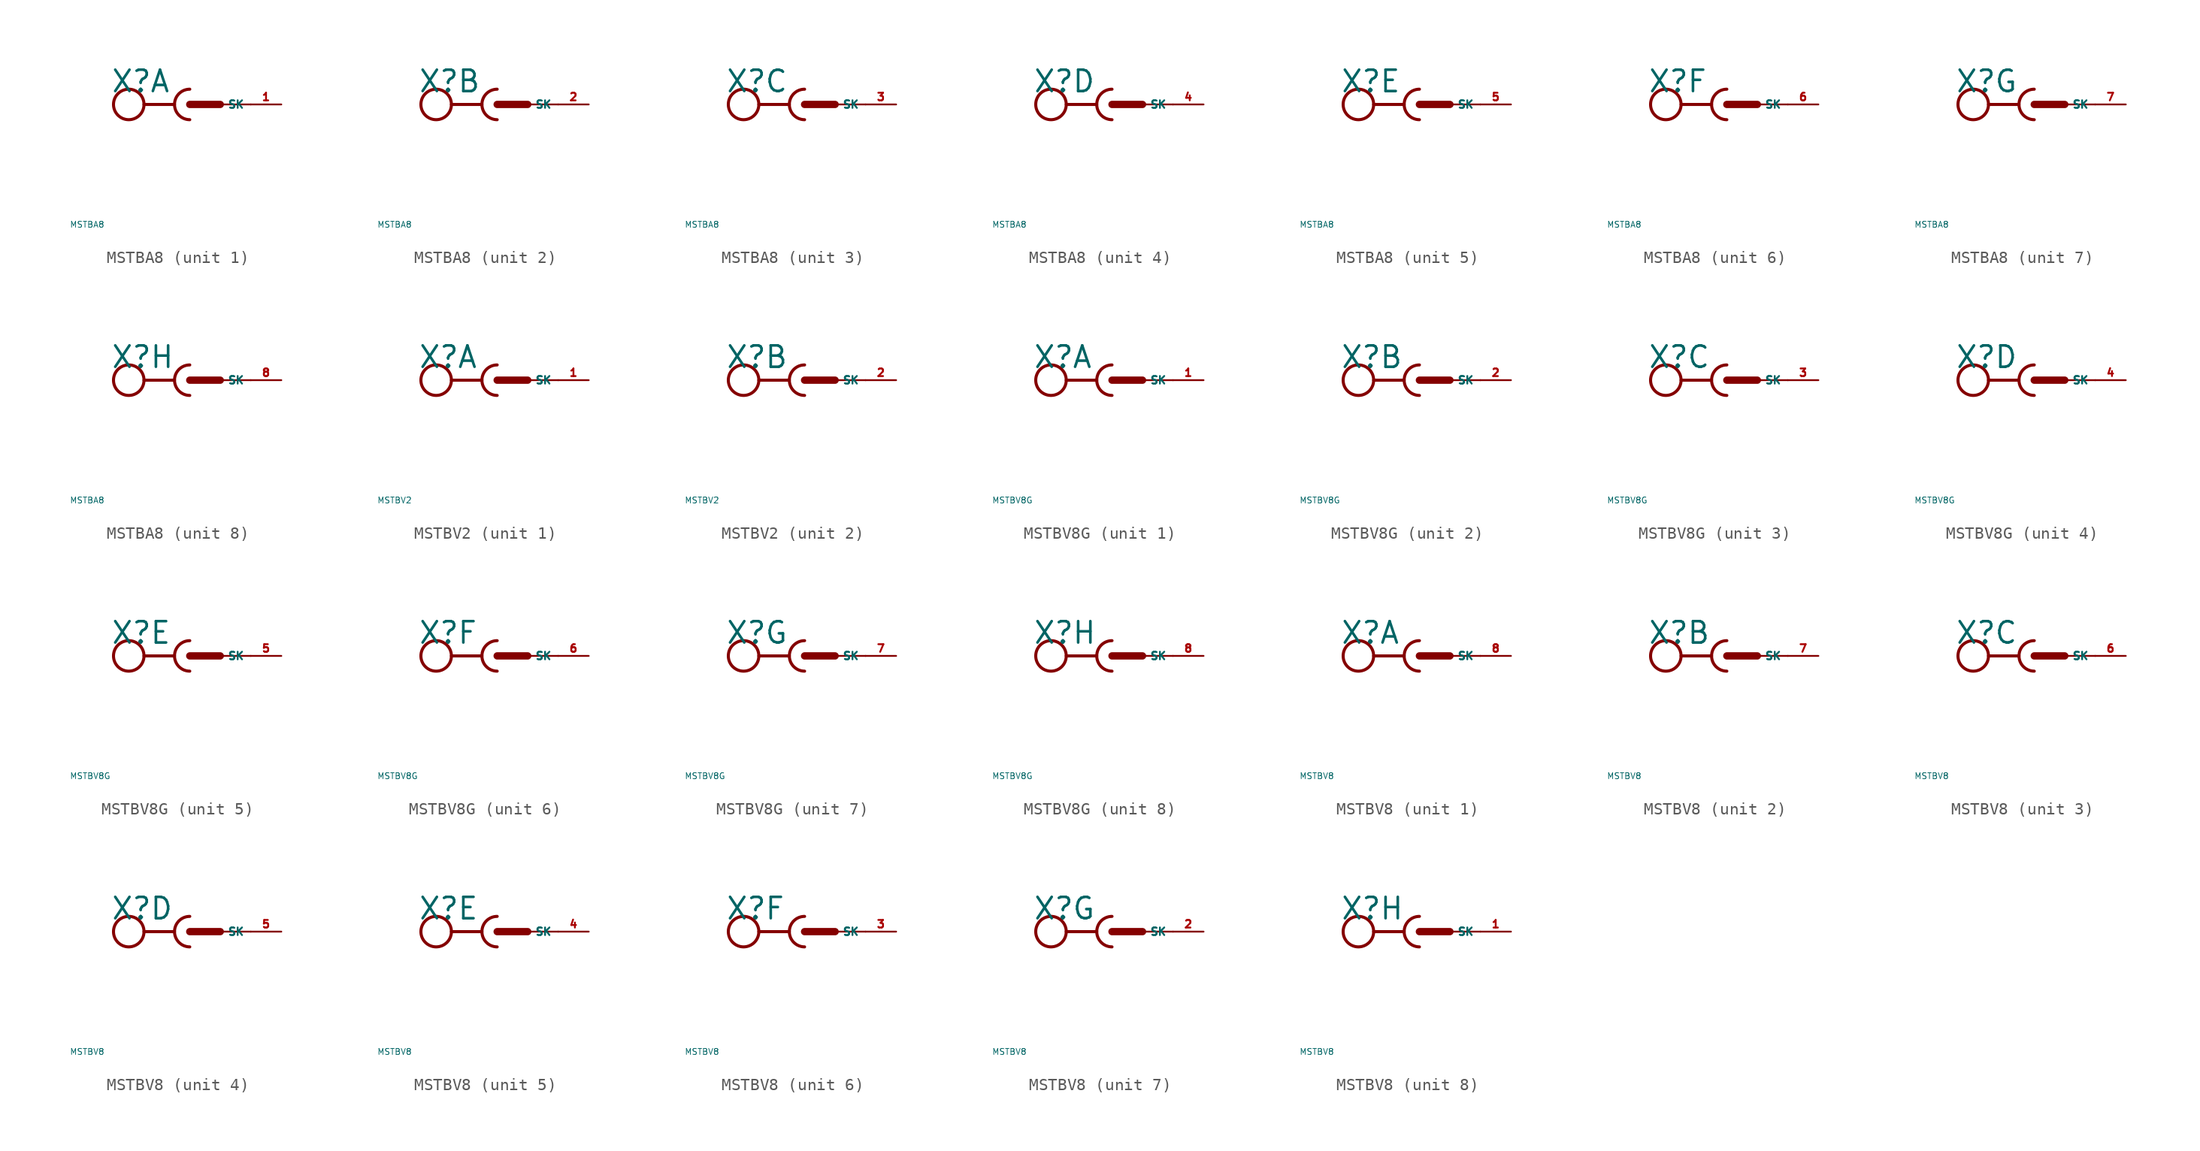
<source format=kicad_sym>
(kicad_symbol_lib
  (version 20220914)
  (generator Eagle2Kicad)
  (symbol "MSTBA8"
    (property "Reference" "X"
      (at -6.604 0.889 0)
      (effects (font (size 1.778 1.778) (thickness 0.22)) (justify left bottom)))
    (property "Value" "MSTBA8"
      (at -10 -10 0)
      (effects (font (size 0.5 0.5) (thickness 0.06)) (justify left)))
    (symbol "MSTBA8_1_0"
      (polyline (pts (xy -3.81 0) (xy -1.27 0)) (stroke (width 0.254) (type default)) (fill (type none)))
      (arc (start 0 1.27) (mid -1.270 0.000) (end 0 -1.27) (stroke (width 0.254) (type default)) (fill (type none)))
      (polyline (pts (xy 0 0) (xy 2.54 0)) (stroke (width 0.61) (type default)) (fill (type none)))
      (polyline (pts (xy 2.54 0) (xy 5.08 0)) (stroke (width 0.152) (type default)) (fill (type none)))
      (circle (center -5.08 0) (radius 1.27) (stroke (width 0.254) (type default)) (fill (type none)))
      (pin passive line (at 7.62 0 180) (length 2.54) (name "SK" (effects (font (size 0.635 0.635) (thickness 0.08)) (justify left bottom))) (number "1" (effects (font (size 0.635 0.635) (thickness 0.08)) (justify left bottom)))))
    (symbol "MSTBA8_2_0"
      (polyline (pts (xy -3.81 0) (xy -1.27 0)) (stroke (width 0.254) (type default)) (fill (type none)))
      (arc (start 0 1.27) (mid -1.270 0.000) (end 0 -1.27) (stroke (width 0.254) (type default)) (fill (type none)))
      (polyline (pts (xy 0 0) (xy 2.54 0)) (stroke (width 0.61) (type default)) (fill (type none)))
      (polyline (pts (xy 2.54 0) (xy 5.08 0)) (stroke (width 0.152) (type default)) (fill (type none)))
      (circle (center -5.08 0) (radius 1.27) (stroke (width 0.254) (type default)) (fill (type none)))
      (pin passive line (at 7.62 0 180) (length 2.54) (name "SK" (effects (font (size 0.635 0.635) (thickness 0.08)) (justify left bottom))) (number "2" (effects (font (size 0.635 0.635) (thickness 0.08)) (justify left bottom)))))
    (symbol "MSTBA8_3_0"
      (polyline (pts (xy -3.81 0) (xy -1.27 0)) (stroke (width 0.254) (type default)) (fill (type none)))
      (arc (start 0 1.27) (mid -1.270 0.000) (end 0 -1.27) (stroke (width 0.254) (type default)) (fill (type none)))
      (polyline (pts (xy 0 0) (xy 2.54 0)) (stroke (width 0.61) (type default)) (fill (type none)))
      (polyline (pts (xy 2.54 0) (xy 5.08 0)) (stroke (width 0.152) (type default)) (fill (type none)))
      (circle (center -5.08 0) (radius 1.27) (stroke (width 0.254) (type default)) (fill (type none)))
      (pin passive line (at 7.62 0 180) (length 2.54) (name "SK" (effects (font (size 0.635 0.635) (thickness 0.08)) (justify left bottom))) (number "3" (effects (font (size 0.635 0.635) (thickness 0.08)) (justify left bottom)))))
    (symbol "MSTBA8_4_0"
      (polyline (pts (xy -3.81 0) (xy -1.27 0)) (stroke (width 0.254) (type default)) (fill (type none)))
      (arc (start 0 1.27) (mid -1.270 0.000) (end 0 -1.27) (stroke (width 0.254) (type default)) (fill (type none)))
      (polyline (pts (xy 0 0) (xy 2.54 0)) (stroke (width 0.61) (type default)) (fill (type none)))
      (polyline (pts (xy 2.54 0) (xy 5.08 0)) (stroke (width 0.152) (type default)) (fill (type none)))
      (circle (center -5.08 0) (radius 1.27) (stroke (width 0.254) (type default)) (fill (type none)))
      (pin passive line (at 7.62 0 180) (length 2.54) (name "SK" (effects (font (size 0.635 0.635) (thickness 0.08)) (justify left bottom))) (number "4" (effects (font (size 0.635 0.635) (thickness 0.08)) (justify left bottom)))))
    (symbol "MSTBA8_5_0"
      (polyline (pts (xy -3.81 0) (xy -1.27 0)) (stroke (width 0.254) (type default)) (fill (type none)))
      (arc (start 0 1.27) (mid -1.270 0.000) (end 0 -1.27) (stroke (width 0.254) (type default)) (fill (type none)))
      (polyline (pts (xy 0 0) (xy 2.54 0)) (stroke (width 0.61) (type default)) (fill (type none)))
      (polyline (pts (xy 2.54 0) (xy 5.08 0)) (stroke (width 0.152) (type default)) (fill (type none)))
      (circle (center -5.08 0) (radius 1.27) (stroke (width 0.254) (type default)) (fill (type none)))
      (pin passive line (at 7.62 0 180) (length 2.54) (name "SK" (effects (font (size 0.635 0.635) (thickness 0.08)) (justify left bottom))) (number "5" (effects (font (size 0.635 0.635) (thickness 0.08)) (justify left bottom)))))
    (symbol "MSTBA8_6_0"
      (polyline (pts (xy -3.81 0) (xy -1.27 0)) (stroke (width 0.254) (type default)) (fill (type none)))
      (arc (start 0 1.27) (mid -1.270 0.000) (end 0 -1.27) (stroke (width 0.254) (type default)) (fill (type none)))
      (polyline (pts (xy 0 0) (xy 2.54 0)) (stroke (width 0.61) (type default)) (fill (type none)))
      (polyline (pts (xy 2.54 0) (xy 5.08 0)) (stroke (width 0.152) (type default)) (fill (type none)))
      (circle (center -5.08 0) (radius 1.27) (stroke (width 0.254) (type default)) (fill (type none)))
      (pin passive line (at 7.62 0 180) (length 2.54) (name "SK" (effects (font (size 0.635 0.635) (thickness 0.08)) (justify left bottom))) (number "6" (effects (font (size 0.635 0.635) (thickness 0.08)) (justify left bottom)))))
    (symbol "MSTBA8_7_0"
      (polyline (pts (xy -3.81 0) (xy -1.27 0)) (stroke (width 0.254) (type default)) (fill (type none)))
      (arc (start 0 1.27) (mid -1.270 0.000) (end 0 -1.27) (stroke (width 0.254) (type default)) (fill (type none)))
      (polyline (pts (xy 0 0) (xy 2.54 0)) (stroke (width 0.61) (type default)) (fill (type none)))
      (polyline (pts (xy 2.54 0) (xy 5.08 0)) (stroke (width 0.152) (type default)) (fill (type none)))
      (circle (center -5.08 0) (radius 1.27) (stroke (width 0.254) (type default)) (fill (type none)))
      (pin passive line (at 7.62 0 180) (length 2.54) (name "SK" (effects (font (size 0.635 0.635) (thickness 0.08)) (justify left bottom))) (number "7" (effects (font (size 0.635 0.635) (thickness 0.08)) (justify left bottom)))))
    (symbol "MSTBA8_8_0"
      (polyline (pts (xy -3.81 0) (xy -1.27 0)) (stroke (width 0.254) (type default)) (fill (type none)))
      (arc (start 0 1.27) (mid -1.270 0.000) (end 0 -1.27) (stroke (width 0.254) (type default)) (fill (type none)))
      (polyline (pts (xy 0 0) (xy 2.54 0)) (stroke (width 0.61) (type default)) (fill (type none)))
      (polyline (pts (xy 2.54 0) (xy 5.08 0)) (stroke (width 0.152) (type default)) (fill (type none)))
      (circle (center -5.08 0) (radius 1.27) (stroke (width 0.254) (type default)) (fill (type none)))
      (pin passive line (at 7.62 0 180) (length 2.54) (name "SK" (effects (font (size 0.635 0.635) (thickness 0.08)) (justify left bottom))) (number "8" (effects (font (size 0.635 0.635) (thickness 0.08)) (justify left bottom))))))
  (symbol "MSTBV2"
    (property "Reference" "X"
      (at -6.604 0.889 0)
      (effects (font (size 1.778 1.778) (thickness 0.22)) (justify left bottom)))
    (property "Value" "MSTBV2"
      (at -10 -10 0)
      (effects (font (size 0.5 0.5) (thickness 0.06)) (justify left)))
    (symbol "MSTBV2_1_0"
      (polyline (pts (xy -3.81 0) (xy -1.27 0)) (stroke (width 0.254) (type default)) (fill (type none)))
      (arc (start 0 1.27) (mid -1.270 0.000) (end 0 -1.27) (stroke (width 0.254) (type default)) (fill (type none)))
      (polyline (pts (xy 0 0) (xy 2.54 0)) (stroke (width 0.61) (type default)) (fill (type none)))
      (polyline (pts (xy 2.54 0) (xy 5.08 0)) (stroke (width 0.152) (type default)) (fill (type none)))
      (circle (center -5.08 0) (radius 1.27) (stroke (width 0.254) (type default)) (fill (type none)))
      (pin passive line (at 7.62 0 180) (length 2.54) (name "SK" (effects (font (size 0.635 0.635) (thickness 0.08)) (justify left bottom))) (number "1" (effects (font (size 0.635 0.635) (thickness 0.08)) (justify left bottom)))))
    (symbol "MSTBV2_2_0"
      (polyline (pts (xy -3.81 0) (xy -1.27 0)) (stroke (width 0.254) (type default)) (fill (type none)))
      (arc (start 0 1.27) (mid -1.270 0.000) (end 0 -1.27) (stroke (width 0.254) (type default)) (fill (type none)))
      (polyline (pts (xy 0 0) (xy 2.54 0)) (stroke (width 0.61) (type default)) (fill (type none)))
      (polyline (pts (xy 2.54 0) (xy 5.08 0)) (stroke (width 0.152) (type default)) (fill (type none)))
      (circle (center -5.08 0) (radius 1.27) (stroke (width 0.254) (type default)) (fill (type none)))
      (pin passive line (at 7.62 0 180) (length 2.54) (name "SK" (effects (font (size 0.635 0.635) (thickness 0.08)) (justify left bottom))) (number "2" (effects (font (size 0.635 0.635) (thickness 0.08)) (justify left bottom))))))
  (symbol "MSTBV8G"
    (property "Reference" "X"
      (at -6.604 0.889 0)
      (effects (font (size 1.778 1.778) (thickness 0.22)) (justify left bottom)))
    (property "Value" "MSTBV8G"
      (at -10 -10 0)
      (effects (font (size 0.5 0.5) (thickness 0.06)) (justify left)))
    (symbol "MSTBV8G_1_0"
      (polyline (pts (xy -3.81 0) (xy -1.27 0)) (stroke (width 0.254) (type default)) (fill (type none)))
      (arc (start 0 1.27) (mid -1.270 0.000) (end 0 -1.27) (stroke (width 0.254) (type default)) (fill (type none)))
      (polyline (pts (xy 0 0) (xy 2.54 0)) (stroke (width 0.61) (type default)) (fill (type none)))
      (polyline (pts (xy 2.54 0) (xy 5.08 0)) (stroke (width 0.152) (type default)) (fill (type none)))
      (circle (center -5.08 0) (radius 1.27) (stroke (width 0.254) (type default)) (fill (type none)))
      (pin passive line (at 7.62 0 180) (length 2.54) (name "SK" (effects (font (size 0.635 0.635) (thickness 0.08)) (justify left bottom))) (number "1" (effects (font (size 0.635 0.635) (thickness 0.08)) (justify left bottom)))))
    (symbol "MSTBV8G_2_0"
      (polyline (pts (xy -3.81 0) (xy -1.27 0)) (stroke (width 0.254) (type default)) (fill (type none)))
      (arc (start 0 1.27) (mid -1.270 0.000) (end 0 -1.27) (stroke (width 0.254) (type default)) (fill (type none)))
      (polyline (pts (xy 0 0) (xy 2.54 0)) (stroke (width 0.61) (type default)) (fill (type none)))
      (polyline (pts (xy 2.54 0) (xy 5.08 0)) (stroke (width 0.152) (type default)) (fill (type none)))
      (circle (center -5.08 0) (radius 1.27) (stroke (width 0.254) (type default)) (fill (type none)))
      (pin passive line (at 7.62 0 180) (length 2.54) (name "SK" (effects (font (size 0.635 0.635) (thickness 0.08)) (justify left bottom))) (number "2" (effects (font (size 0.635 0.635) (thickness 0.08)) (justify left bottom)))))
    (symbol "MSTBV8G_3_0"
      (polyline (pts (xy -3.81 0) (xy -1.27 0)) (stroke (width 0.254) (type default)) (fill (type none)))
      (arc (start 0 1.27) (mid -1.270 0.000) (end 0 -1.27) (stroke (width 0.254) (type default)) (fill (type none)))
      (polyline (pts (xy 0 0) (xy 2.54 0)) (stroke (width 0.61) (type default)) (fill (type none)))
      (polyline (pts (xy 2.54 0) (xy 5.08 0)) (stroke (width 0.152) (type default)) (fill (type none)))
      (circle (center -5.08 0) (radius 1.27) (stroke (width 0.254) (type default)) (fill (type none)))
      (pin passive line (at 7.62 0 180) (length 2.54) (name "SK" (effects (font (size 0.635 0.635) (thickness 0.08)) (justify left bottom))) (number "3" (effects (font (size 0.635 0.635) (thickness 0.08)) (justify left bottom)))))
    (symbol "MSTBV8G_4_0"
      (polyline (pts (xy -3.81 0) (xy -1.27 0)) (stroke (width 0.254) (type default)) (fill (type none)))
      (arc (start 0 1.27) (mid -1.270 0.000) (end 0 -1.27) (stroke (width 0.254) (type default)) (fill (type none)))
      (polyline (pts (xy 0 0) (xy 2.54 0)) (stroke (width 0.61) (type default)) (fill (type none)))
      (polyline (pts (xy 2.54 0) (xy 5.08 0)) (stroke (width 0.152) (type default)) (fill (type none)))
      (circle (center -5.08 0) (radius 1.27) (stroke (width 0.254) (type default)) (fill (type none)))
      (pin passive line (at 7.62 0 180) (length 2.54) (name "SK" (effects (font (size 0.635 0.635) (thickness 0.08)) (justify left bottom))) (number "4" (effects (font (size 0.635 0.635) (thickness 0.08)) (justify left bottom)))))
    (symbol "MSTBV8G_5_0"
      (polyline (pts (xy -3.81 0) (xy -1.27 0)) (stroke (width 0.254) (type default)) (fill (type none)))
      (arc (start 0 1.27) (mid -1.270 0.000) (end 0 -1.27) (stroke (width 0.254) (type default)) (fill (type none)))
      (polyline (pts (xy 0 0) (xy 2.54 0)) (stroke (width 0.61) (type default)) (fill (type none)))
      (polyline (pts (xy 2.54 0) (xy 5.08 0)) (stroke (width 0.152) (type default)) (fill (type none)))
      (circle (center -5.08 0) (radius 1.27) (stroke (width 0.254) (type default)) (fill (type none)))
      (pin passive line (at 7.62 0 180) (length 2.54) (name "SK" (effects (font (size 0.635 0.635) (thickness 0.08)) (justify left bottom))) (number "5" (effects (font (size 0.635 0.635) (thickness 0.08)) (justify left bottom)))))
    (symbol "MSTBV8G_6_0"
      (polyline (pts (xy -3.81 0) (xy -1.27 0)) (stroke (width 0.254) (type default)) (fill (type none)))
      (arc (start 0 1.27) (mid -1.270 0.000) (end 0 -1.27) (stroke (width 0.254) (type default)) (fill (type none)))
      (polyline (pts (xy 0 0) (xy 2.54 0)) (stroke (width 0.61) (type default)) (fill (type none)))
      (polyline (pts (xy 2.54 0) (xy 5.08 0)) (stroke (width 0.152) (type default)) (fill (type none)))
      (circle (center -5.08 0) (radius 1.27) (stroke (width 0.254) (type default)) (fill (type none)))
      (pin passive line (at 7.62 0 180) (length 2.54) (name "SK" (effects (font (size 0.635 0.635) (thickness 0.08)) (justify left bottom))) (number "6" (effects (font (size 0.635 0.635) (thickness 0.08)) (justify left bottom)))))
    (symbol "MSTBV8G_7_0"
      (polyline (pts (xy -3.81 0) (xy -1.27 0)) (stroke (width 0.254) (type default)) (fill (type none)))
      (arc (start 0 1.27) (mid -1.270 0.000) (end 0 -1.27) (stroke (width 0.254) (type default)) (fill (type none)))
      (polyline (pts (xy 0 0) (xy 2.54 0)) (stroke (width 0.61) (type default)) (fill (type none)))
      (polyline (pts (xy 2.54 0) (xy 5.08 0)) (stroke (width 0.152) (type default)) (fill (type none)))
      (circle (center -5.08 0) (radius 1.27) (stroke (width 0.254) (type default)) (fill (type none)))
      (pin passive line (at 7.62 0 180) (length 2.54) (name "SK" (effects (font (size 0.635 0.635) (thickness 0.08)) (justify left bottom))) (number "7" (effects (font (size 0.635 0.635) (thickness 0.08)) (justify left bottom)))))
    (symbol "MSTBV8G_8_0"
      (polyline (pts (xy -3.81 0) (xy -1.27 0)) (stroke (width 0.254) (type default)) (fill (type none)))
      (arc (start 0 1.27) (mid -1.270 0.000) (end 0 -1.27) (stroke (width 0.254) (type default)) (fill (type none)))
      (polyline (pts (xy 0 0) (xy 2.54 0)) (stroke (width 0.61) (type default)) (fill (type none)))
      (polyline (pts (xy 2.54 0) (xy 5.08 0)) (stroke (width 0.152) (type default)) (fill (type none)))
      (circle (center -5.08 0) (radius 1.27) (stroke (width 0.254) (type default)) (fill (type none)))
      (pin passive line (at 7.62 0 180) (length 2.54) (name "SK" (effects (font (size 0.635 0.635) (thickness 0.08)) (justify left bottom))) (number "8" (effects (font (size 0.635 0.635) (thickness 0.08)) (justify left bottom))))))
  (symbol "MSTBV8"
    (property "Reference" "X"
      (at -6.604 0.889 0)
      (effects (font (size 1.778 1.778) (thickness 0.22)) (justify left bottom)))
    (property "Value" "MSTBV8"
      (at -10 -10 0)
      (effects (font (size 0.5 0.5) (thickness 0.06)) (justify left)))
    (symbol "MSTBV8_1_0"
      (polyline (pts (xy -3.81 0) (xy -1.27 0)) (stroke (width 0.254) (type default)) (fill (type none)))
      (arc (start 0 1.27) (mid -1.270 0.000) (end 0 -1.27) (stroke (width 0.254) (type default)) (fill (type none)))
      (polyline (pts (xy 0 0) (xy 2.54 0)) (stroke (width 0.61) (type default)) (fill (type none)))
      (polyline (pts (xy 2.54 0) (xy 5.08 0)) (stroke (width 0.152) (type default)) (fill (type none)))
      (circle (center -5.08 0) (radius 1.27) (stroke (width 0.254) (type default)) (fill (type none)))
      (pin passive line (at 7.62 0 180) (length 2.54) (name "SK" (effects (font (size 0.635 0.635) (thickness 0.08)) (justify left bottom))) (number "8" (effects (font (size 0.635 0.635) (thickness 0.08)) (justify left bottom)))))
    (symbol "MSTBV8_2_0"
      (polyline (pts (xy -3.81 0) (xy -1.27 0)) (stroke (width 0.254) (type default)) (fill (type none)))
      (arc (start 0 1.27) (mid -1.270 0.000) (end 0 -1.27) (stroke (width 0.254) (type default)) (fill (type none)))
      (polyline (pts (xy 0 0) (xy 2.54 0)) (stroke (width 0.61) (type default)) (fill (type none)))
      (polyline (pts (xy 2.54 0) (xy 5.08 0)) (stroke (width 0.152) (type default)) (fill (type none)))
      (circle (center -5.08 0) (radius 1.27) (stroke (width 0.254) (type default)) (fill (type none)))
      (pin passive line (at 7.62 0 180) (length 2.54) (name "SK" (effects (font (size 0.635 0.635) (thickness 0.08)) (justify left bottom))) (number "7" (effects (font (size 0.635 0.635) (thickness 0.08)) (justify left bottom)))))
    (symbol "MSTBV8_3_0"
      (polyline (pts (xy -3.81 0) (xy -1.27 0)) (stroke (width 0.254) (type default)) (fill (type none)))
      (arc (start 0 1.27) (mid -1.270 0.000) (end 0 -1.27) (stroke (width 0.254) (type default)) (fill (type none)))
      (polyline (pts (xy 0 0) (xy 2.54 0)) (stroke (width 0.61) (type default)) (fill (type none)))
      (polyline (pts (xy 2.54 0) (xy 5.08 0)) (stroke (width 0.152) (type default)) (fill (type none)))
      (circle (center -5.08 0) (radius 1.27) (stroke (width 0.254) (type default)) (fill (type none)))
      (pin passive line (at 7.62 0 180) (length 2.54) (name "SK" (effects (font (size 0.635 0.635) (thickness 0.08)) (justify left bottom))) (number "6" (effects (font (size 0.635 0.635) (thickness 0.08)) (justify left bottom)))))
    (symbol "MSTBV8_4_0"
      (polyline (pts (xy -3.81 0) (xy -1.27 0)) (stroke (width 0.254) (type default)) (fill (type none)))
      (arc (start 0 1.27) (mid -1.270 0.000) (end 0 -1.27) (stroke (width 0.254) (type default)) (fill (type none)))
      (polyline (pts (xy 0 0) (xy 2.54 0)) (stroke (width 0.61) (type default)) (fill (type none)))
      (polyline (pts (xy 2.54 0) (xy 5.08 0)) (stroke (width 0.152) (type default)) (fill (type none)))
      (circle (center -5.08 0) (radius 1.27) (stroke (width 0.254) (type default)) (fill (type none)))
      (pin passive line (at 7.62 0 180) (length 2.54) (name "SK" (effects (font (size 0.635 0.635) (thickness 0.08)) (justify left bottom))) (number "5" (effects (font (size 0.635 0.635) (thickness 0.08)) (justify left bottom)))))
    (symbol "MSTBV8_5_0"
      (polyline (pts (xy -3.81 0) (xy -1.27 0)) (stroke (width 0.254) (type default)) (fill (type none)))
      (arc (start 0 1.27) (mid -1.270 0.000) (end 0 -1.27) (stroke (width 0.254) (type default)) (fill (type none)))
      (polyline (pts (xy 0 0) (xy 2.54 0)) (stroke (width 0.61) (type default)) (fill (type none)))
      (polyline (pts (xy 2.54 0) (xy 5.08 0)) (stroke (width 0.152) (type default)) (fill (type none)))
      (circle (center -5.08 0) (radius 1.27) (stroke (width 0.254) (type default)) (fill (type none)))
      (pin passive line (at 7.62 0 180) (length 2.54) (name "SK" (effects (font (size 0.635 0.635) (thickness 0.08)) (justify left bottom))) (number "4" (effects (font (size 0.635 0.635) (thickness 0.08)) (justify left bottom)))))
    (symbol "MSTBV8_6_0"
      (polyline (pts (xy -3.81 0) (xy -1.27 0)) (stroke (width 0.254) (type default)) (fill (type none)))
      (arc (start 0 1.27) (mid -1.270 0.000) (end 0 -1.27) (stroke (width 0.254) (type default)) (fill (type none)))
      (polyline (pts (xy 0 0) (xy 2.54 0)) (stroke (width 0.61) (type default)) (fill (type none)))
      (polyline (pts (xy 2.54 0) (xy 5.08 0)) (stroke (width 0.152) (type default)) (fill (type none)))
      (circle (center -5.08 0) (radius 1.27) (stroke (width 0.254) (type default)) (fill (type none)))
      (pin passive line (at 7.62 0 180) (length 2.54) (name "SK" (effects (font (size 0.635 0.635) (thickness 0.08)) (justify left bottom))) (number "3" (effects (font (size 0.635 0.635) (thickness 0.08)) (justify left bottom)))))
    (symbol "MSTBV8_7_0"
      (polyline (pts (xy -3.81 0) (xy -1.27 0)) (stroke (width 0.254) (type default)) (fill (type none)))
      (arc (start 0 1.27) (mid -1.270 0.000) (end 0 -1.27) (stroke (width 0.254) (type default)) (fill (type none)))
      (polyline (pts (xy 0 0) (xy 2.54 0)) (stroke (width 0.61) (type default)) (fill (type none)))
      (polyline (pts (xy 2.54 0) (xy 5.08 0)) (stroke (width 0.152) (type default)) (fill (type none)))
      (circle (center -5.08 0) (radius 1.27) (stroke (width 0.254) (type default)) (fill (type none)))
      (pin passive line (at 7.62 0 180) (length 2.54) (name "SK" (effects (font (size 0.635 0.635) (thickness 0.08)) (justify left bottom))) (number "2" (effects (font (size 0.635 0.635) (thickness 0.08)) (justify left bottom)))))
    (symbol "MSTBV8_8_0"
      (polyline (pts (xy -3.81 0) (xy -1.27 0)) (stroke (width 0.254) (type default)) (fill (type none)))
      (arc (start 0 1.27) (mid -1.270 0.000) (end 0 -1.27) (stroke (width 0.254) (type default)) (fill (type none)))
      (polyline (pts (xy 0 0) (xy 2.54 0)) (stroke (width 0.61) (type default)) (fill (type none)))
      (polyline (pts (xy 2.54 0) (xy 5.08 0)) (stroke (width 0.152) (type default)) (fill (type none)))
      (circle (center -5.08 0) (radius 1.27) (stroke (width 0.254) (type default)) (fill (type none)))
      (pin passive line (at 7.62 0 180) (length 2.54) (name "SK" (effects (font (size 0.635 0.635) (thickness 0.08)) (justify left bottom))) (number "1" (effects (font (size 0.635 0.635) (thickness 0.08)) (justify left bottom)))))))
</source>
